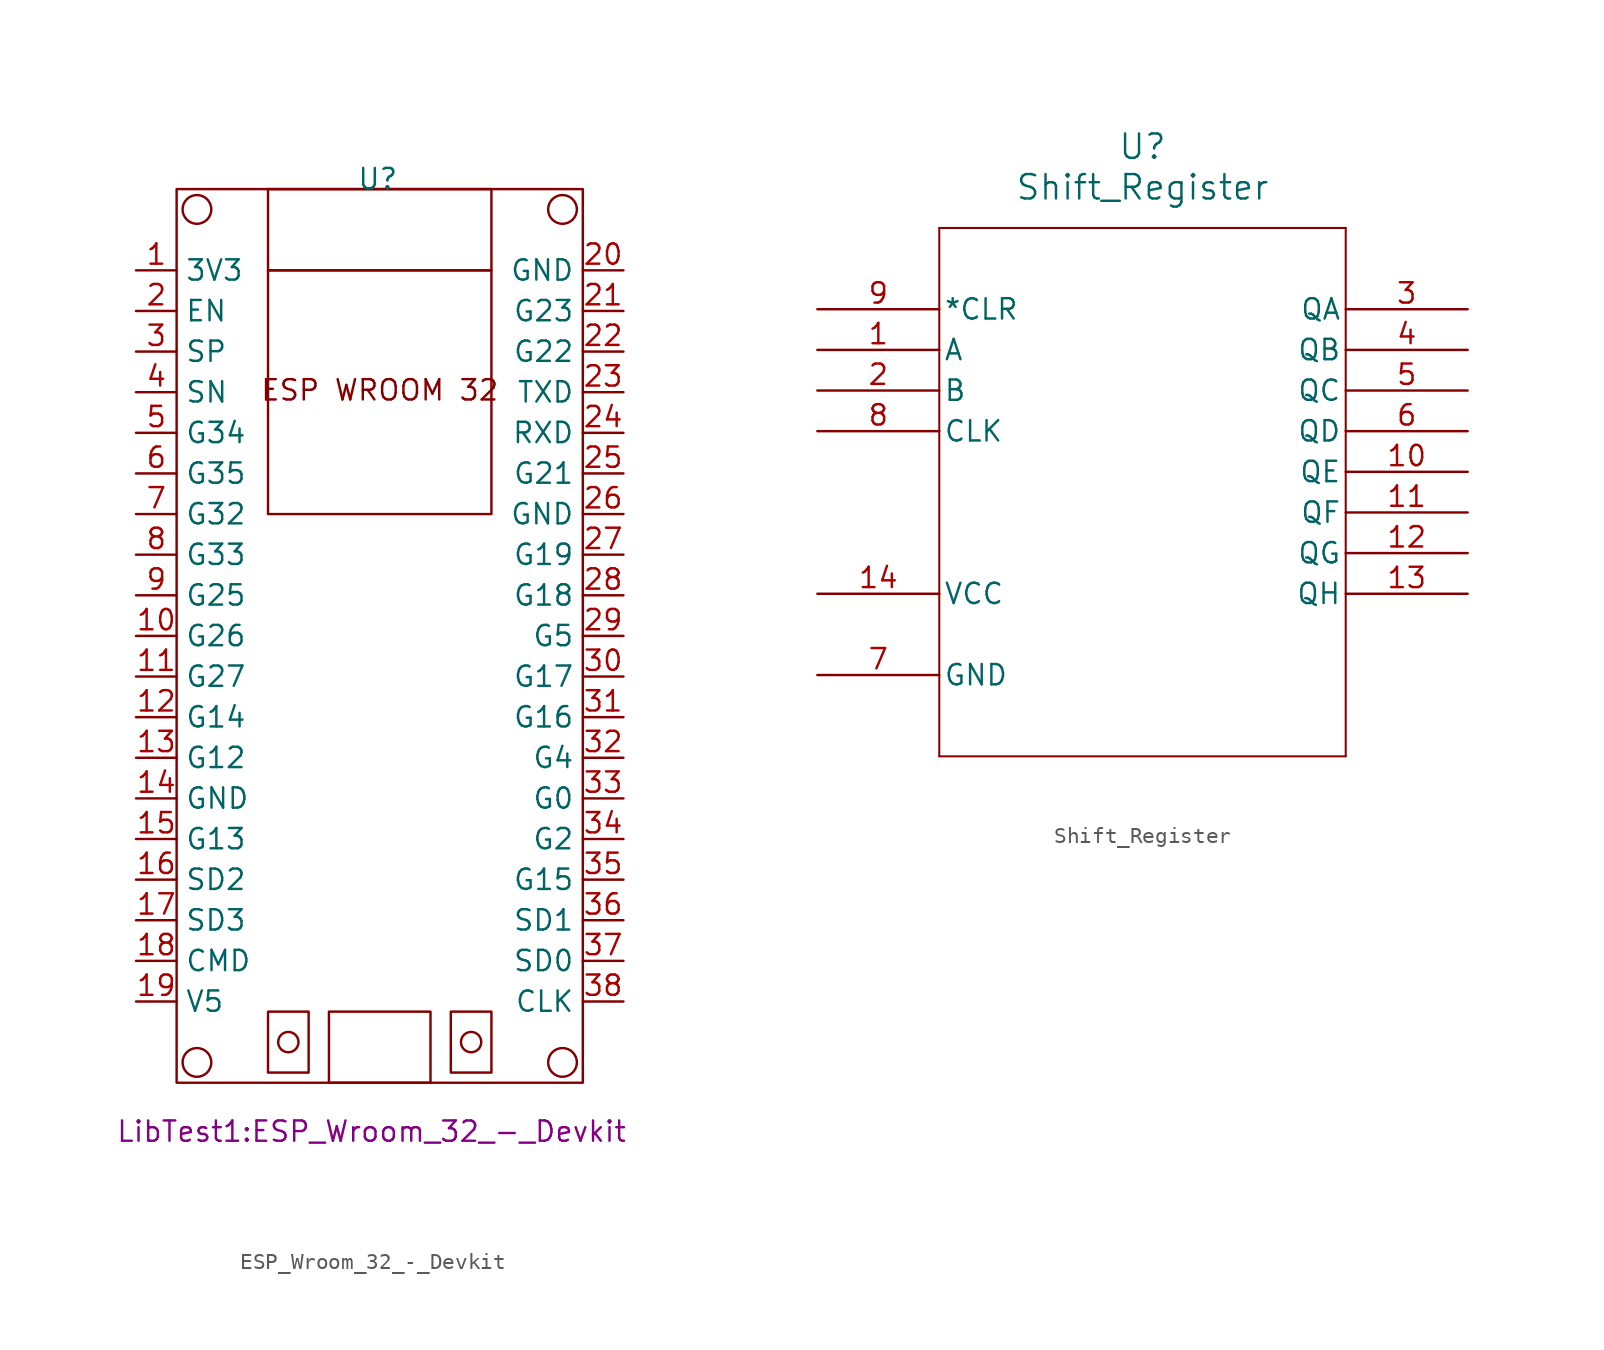
<source format=kicad_sym>
(kicad_symbol_lib
  (version 20231120)
  (generator "kicad_symbol_editor")
  (generator_version "8.0")
  (symbol "ESP_Wroom_32_-_Devkit"
    (property "Reference" "U"
      (at 12.573 0.635 0)
      (effects (font (size 1.27 1.27))))
    (property "Value" ""
      (at 0 -33.02 0)
      (effects (font (size 1.27 1.27))))
    (property "Footprint" "LibTest1:ESP_Wroom_32_-_Devkit"
      (at 12.192 -58.928 0)
      (effects (font (size 1.27 1.27))))
    (symbol "ESP_Wroom_32_-_Devkit_0_1"
      (rectangle (start 0 0) (end 25.4 -55.88) (stroke (width 0) (type default)) (fill (type none)))
      (circle (center 1.27 -54.61) (radius 0.898) (stroke (width 0) (type default)) (fill (type none)))
      (circle (center 1.27 -1.27) (radius 0.898) (stroke (width 0) (type default)) (fill (type none)))
      (rectangle (start 5.715 -51.435) (end 8.255 -55.245) (stroke (width 0) (type default)) (fill (type none)))
      (rectangle (start 5.715 -5.08) (end 19.685 -20.32) (stroke (width 0) (type default)) (fill (type none)))
      (rectangle (start 5.715 0) (end 19.685 -5.08) (stroke (width 0) (type default)) (fill (type none)))
      (circle (center 6.985 -53.34) (radius 0.635) (stroke (width 0) (type default)) (fill (type none)))
      (rectangle (start 9.525 -51.435) (end 15.875 -55.88) (stroke (width 0) (type default)) (fill (type none)))
      (rectangle (start 17.145 -51.435) (end 19.685 -55.245) (stroke (width 0) (type default)) (fill (type none)))
      (circle (center 18.415 -53.34) (radius 0.635) (stroke (width 0) (type default)) (fill (type none)))
      (circle (center 24.13 -54.61) (radius 0.898) (stroke (width 0) (type default)) (fill (type none)))
      (circle (center 24.13 -1.27) (radius 0.898) (stroke (width 0) (type default)) (fill (type none))))
    (symbol "ESP_Wroom_32_-_Devkit_1_1"
      (text "ESP WROOM 32" (at 12.7 -12.573 0) (effects (font (size 1.27 1.27))))
      (pin unspecified line (at -2.54 -5.08 0) (length 2.54) (name "3V3" (effects (font (size 1.27 1.27)))) (number "1" (effects (font (size 1.27 1.27)))))
      (pin bidirectional line (at -2.54 -27.94 0) (length 2.54) (name "G26" (effects (font (size 1.27 1.27)))) (number "10" (effects (font (size 1.27 1.27)))))
      (pin bidirectional line (at -2.54 -30.48 0) (length 2.54) (name "G27" (effects (font (size 1.27 1.27)))) (number "11" (effects (font (size 1.27 1.27)))))
      (pin bidirectional line (at -2.54 -33.02 0) (length 2.54) (name "G14" (effects (font (size 1.27 1.27)))) (number "12" (effects (font (size 1.27 1.27)))))
      (pin bidirectional line (at -2.54 -35.56 0) (length 2.54) (name "G12" (effects (font (size 1.27 1.27)))) (number "13" (effects (font (size 1.27 1.27)))))
      (pin unspecified line (at -2.54 -38.1 0) (length 2.54) (name "GND" (effects (font (size 1.27 1.27)))) (number "14" (effects (font (size 1.27 1.27)))))
      (pin bidirectional line (at -2.54 -40.64 0) (length 2.54) (name "G13" (effects (font (size 1.27 1.27)))) (number "15" (effects (font (size 1.27 1.27)))))
      (pin bidirectional line (at -2.54 -43.18 0) (length 2.54) (name "SD2" (effects (font (size 1.27 1.27)))) (number "16" (effects (font (size 1.27 1.27)))))
      (pin bidirectional line (at -2.54 -45.72 0) (length 2.54) (name "SD3" (effects (font (size 1.27 1.27)))) (number "17" (effects (font (size 1.27 1.27)))))
      (pin bidirectional line (at -2.54 -48.26 0) (length 2.54) (name "CMD" (effects (font (size 1.27 1.27)))) (number "18" (effects (font (size 1.27 1.27)))))
      (pin unspecified line (at -2.54 -50.8 0) (length 2.54) (name "V5" (effects (font (size 1.27 1.27)))) (number "19" (effects (font (size 1.27 1.27)))))
      (pin input line (at -2.54 -7.62 0) (length 2.54) (name "EN" (effects (font (size 1.27 1.27)))) (number "2" (effects (font (size 1.27 1.27)))))
      (pin unspecified line (at 27.94 -5.08 180) (length 2.54) (name "GND" (effects (font (size 1.27 1.27)))) (number "20" (effects (font (size 1.27 1.27)))))
      (pin bidirectional line (at 27.94 -7.62 180) (length 2.54) (name "G23" (effects (font (size 1.27 1.27)))) (number "21" (effects (font (size 1.27 1.27)))))
      (pin bidirectional line (at 27.94 -10.16 180) (length 2.54) (name "G22" (effects (font (size 1.27 1.27)))) (number "22" (effects (font (size 1.27 1.27)))))
      (pin bidirectional line (at 27.94 -12.7 180) (length 2.54) (name "TXD" (effects (font (size 1.27 1.27)))) (number "23" (effects (font (size 1.27 1.27)))))
      (pin bidirectional line (at 27.94 -15.24 180) (length 2.54) (name "RXD" (effects (font (size 1.27 1.27)))) (number "24" (effects (font (size 1.27 1.27)))))
      (pin bidirectional line (at 27.94 -17.78 180) (length 2.54) (name "G21" (effects (font (size 1.27 1.27)))) (number "25" (effects (font (size 1.27 1.27)))))
      (pin unspecified line (at 27.94 -20.32 180) (length 2.54) (name "GND" (effects (font (size 1.27 1.27)))) (number "26" (effects (font (size 1.27 1.27)))))
      (pin bidirectional line (at 27.94 -22.86 180) (length 2.54) (name "G19" (effects (font (size 1.27 1.27)))) (number "27" (effects (font (size 1.27 1.27)))))
      (pin bidirectional line (at 27.94 -25.4 180) (length 2.54) (name "G18" (effects (font (size 1.27 1.27)))) (number "28" (effects (font (size 1.27 1.27)))))
      (pin bidirectional line (at 27.94 -27.94 180) (length 2.54) (name "G5" (effects (font (size 1.27 1.27)))) (number "29" (effects (font (size 1.27 1.27)))))
      (pin input line (at -2.54 -10.16 0) (length 2.54) (name "SP" (effects (font (size 1.27 1.27)))) (number "3" (effects (font (size 1.27 1.27)))))
      (pin bidirectional line (at 27.94 -30.48 180) (length 2.54) (name "G17" (effects (font (size 1.27 1.27)))) (number "30" (effects (font (size 1.27 1.27)))))
      (pin bidirectional line (at 27.94 -33.02 180) (length 2.54) (name "G16" (effects (font (size 1.27 1.27)))) (number "31" (effects (font (size 1.27 1.27)))))
      (pin bidirectional line (at 27.94 -35.56 180) (length 2.54) (name "G4" (effects (font (size 1.27 1.27)))) (number "32" (effects (font (size 1.27 1.27)))))
      (pin bidirectional line (at 27.94 -38.1 180) (length 2.54) (name "G0" (effects (font (size 1.27 1.27)))) (number "33" (effects (font (size 1.27 1.27)))))
      (pin bidirectional line (at 27.94 -40.64 180) (length 2.54) (name "G2" (effects (font (size 1.27 1.27)))) (number "34" (effects (font (size 1.27 1.27)))))
      (pin bidirectional line (at 27.94 -43.18 180) (length 2.54) (name "G15" (effects (font (size 1.27 1.27)))) (number "35" (effects (font (size 1.27 1.27)))))
      (pin bidirectional line (at 27.94 -45.72 180) (length 2.54) (name "SD1" (effects (font (size 1.27 1.27)))) (number "36" (effects (font (size 1.27 1.27)))))
      (pin bidirectional line (at 27.94 -48.26 180) (length 2.54) (name "SD0" (effects (font (size 1.27 1.27)))) (number "37" (effects (font (size 1.27 1.27)))))
      (pin bidirectional line (at 27.94 -50.8 180) (length 2.54) (name "CLK" (effects (font (size 1.27 1.27)))) (number "38" (effects (font (size 1.27 1.27)))))
      (pin input line (at -2.54 -12.7 0) (length 2.54) (name "SN" (effects (font (size 1.27 1.27)))) (number "4" (effects (font (size 1.27 1.27)))))
      (pin input line (at -2.54 -15.24 0) (length 2.54) (name "G34" (effects (font (size 1.27 1.27)))) (number "5" (effects (font (size 1.27 1.27)))))
      (pin input line (at -2.54 -17.78 0) (length 2.54) (name "G35" (effects (font (size 1.27 1.27)))) (number "6" (effects (font (size 1.27 1.27)))))
      (pin bidirectional line (at -2.54 -20.32 0) (length 2.54) (name "G32" (effects (font (size 1.27 1.27)))) (number "7" (effects (font (size 1.27 1.27)))))
      (pin bidirectional line (at -2.54 -22.86 0) (length 2.54) (name "G33" (effects (font (size 1.27 1.27)))) (number "8" (effects (font (size 1.27 1.27)))))
      (pin bidirectional line (at -2.54 -25.4 0) (length 2.54) (name "G25" (effects (font (size 1.27 1.27)))) (number "9" (effects (font (size 1.27 1.27)))))))
  (symbol "Shift_Register"
    (pin_names
      (offset 0.254))
    (property "Reference" "U"
      (at 20.32 10.16 0)
      (effects (font (size 1.524 1.524))))
    (property "Value" "Shift_Register"
      (at 20.32 7.62 0)
      (effects (font (size 1.524 1.524))))
    (property "ki_locked" ""
      (at 0 0 0)
      (effects (font (size 1.27 1.27))))
    (symbol "Shift_Register_0_1"
      (polyline (pts (xy 7.62 -27.94) (xy 33.02 -27.94)) (stroke (width 0.127) (type default)) (fill (type none)))
      (polyline (pts (xy 7.62 5.08) (xy 7.62 -27.94)) (stroke (width 0.127) (type default)) (fill (type none)))
      (polyline (pts (xy 33.02 -27.94) (xy 33.02 5.08)) (stroke (width 0.127) (type default)) (fill (type none)))
      (polyline (pts (xy 33.02 5.08) (xy 7.62 5.08)) (stroke (width 0.127) (type default)) (fill (type none)))
      (pin input line (at 0 -2.54 0) (length 7.62) (name "A" (effects (font (size 1.27 1.27)))) (number "1" (effects (font (size 1.27 1.27)))))
      (pin output line (at 40.64 -10.16 180) (length 7.62) (name "QE" (effects (font (size 1.27 1.27)))) (number "10" (effects (font (size 1.27 1.27)))))
      (pin output line (at 40.64 -12.7 180) (length 7.62) (name "QF" (effects (font (size 1.27 1.27)))) (number "11" (effects (font (size 1.27 1.27)))))
      (pin output line (at 40.64 -15.24 180) (length 7.62) (name "QG" (effects (font (size 1.27 1.27)))) (number "12" (effects (font (size 1.27 1.27)))))
      (pin output line (at 40.64 -17.78 180) (length 7.62) (name "QH" (effects (font (size 1.27 1.27)))) (number "13" (effects (font (size 1.27 1.27)))))
      (pin power_in line (at 0 -17.78 0) (length 7.62) (name "VCC" (effects (font (size 1.27 1.27)))) (number "14" (effects (font (size 1.27 1.27)))))
      (pin input line (at 0 -5.08 0) (length 7.62) (name "B" (effects (font (size 1.27 1.27)))) (number "2" (effects (font (size 1.27 1.27)))))
      (pin output line (at 40.64 0 180) (length 7.62) (name "QA" (effects (font (size 1.27 1.27)))) (number "3" (effects (font (size 1.27 1.27)))))
      (pin output line (at 40.64 -2.54 180) (length 7.62) (name "QB" (effects (font (size 1.27 1.27)))) (number "4" (effects (font (size 1.27 1.27)))))
      (pin output line (at 40.64 -5.08 180) (length 7.62) (name "QC" (effects (font (size 1.27 1.27)))) (number "5" (effects (font (size 1.27 1.27)))))
      (pin output line (at 40.64 -7.62 180) (length 7.62) (name "QD" (effects (font (size 1.27 1.27)))) (number "6" (effects (font (size 1.27 1.27)))))
      (pin power_in line (at 0 -22.86 0) (length 7.62) (name "GND" (effects (font (size 1.27 1.27)))) (number "7" (effects (font (size 1.27 1.27)))))
      (pin input line (at 0 -7.62 0) (length 7.62) (name "CLK" (effects (font (size 1.27 1.27)))) (number "8" (effects (font (size 1.27 1.27)))))
      (pin input line (at 0 0 0) (length 7.62) (name "*CLR" (effects (font (size 1.27 1.27)))) (number "9" (effects (font (size 1.27 1.27))))))))
</source>
